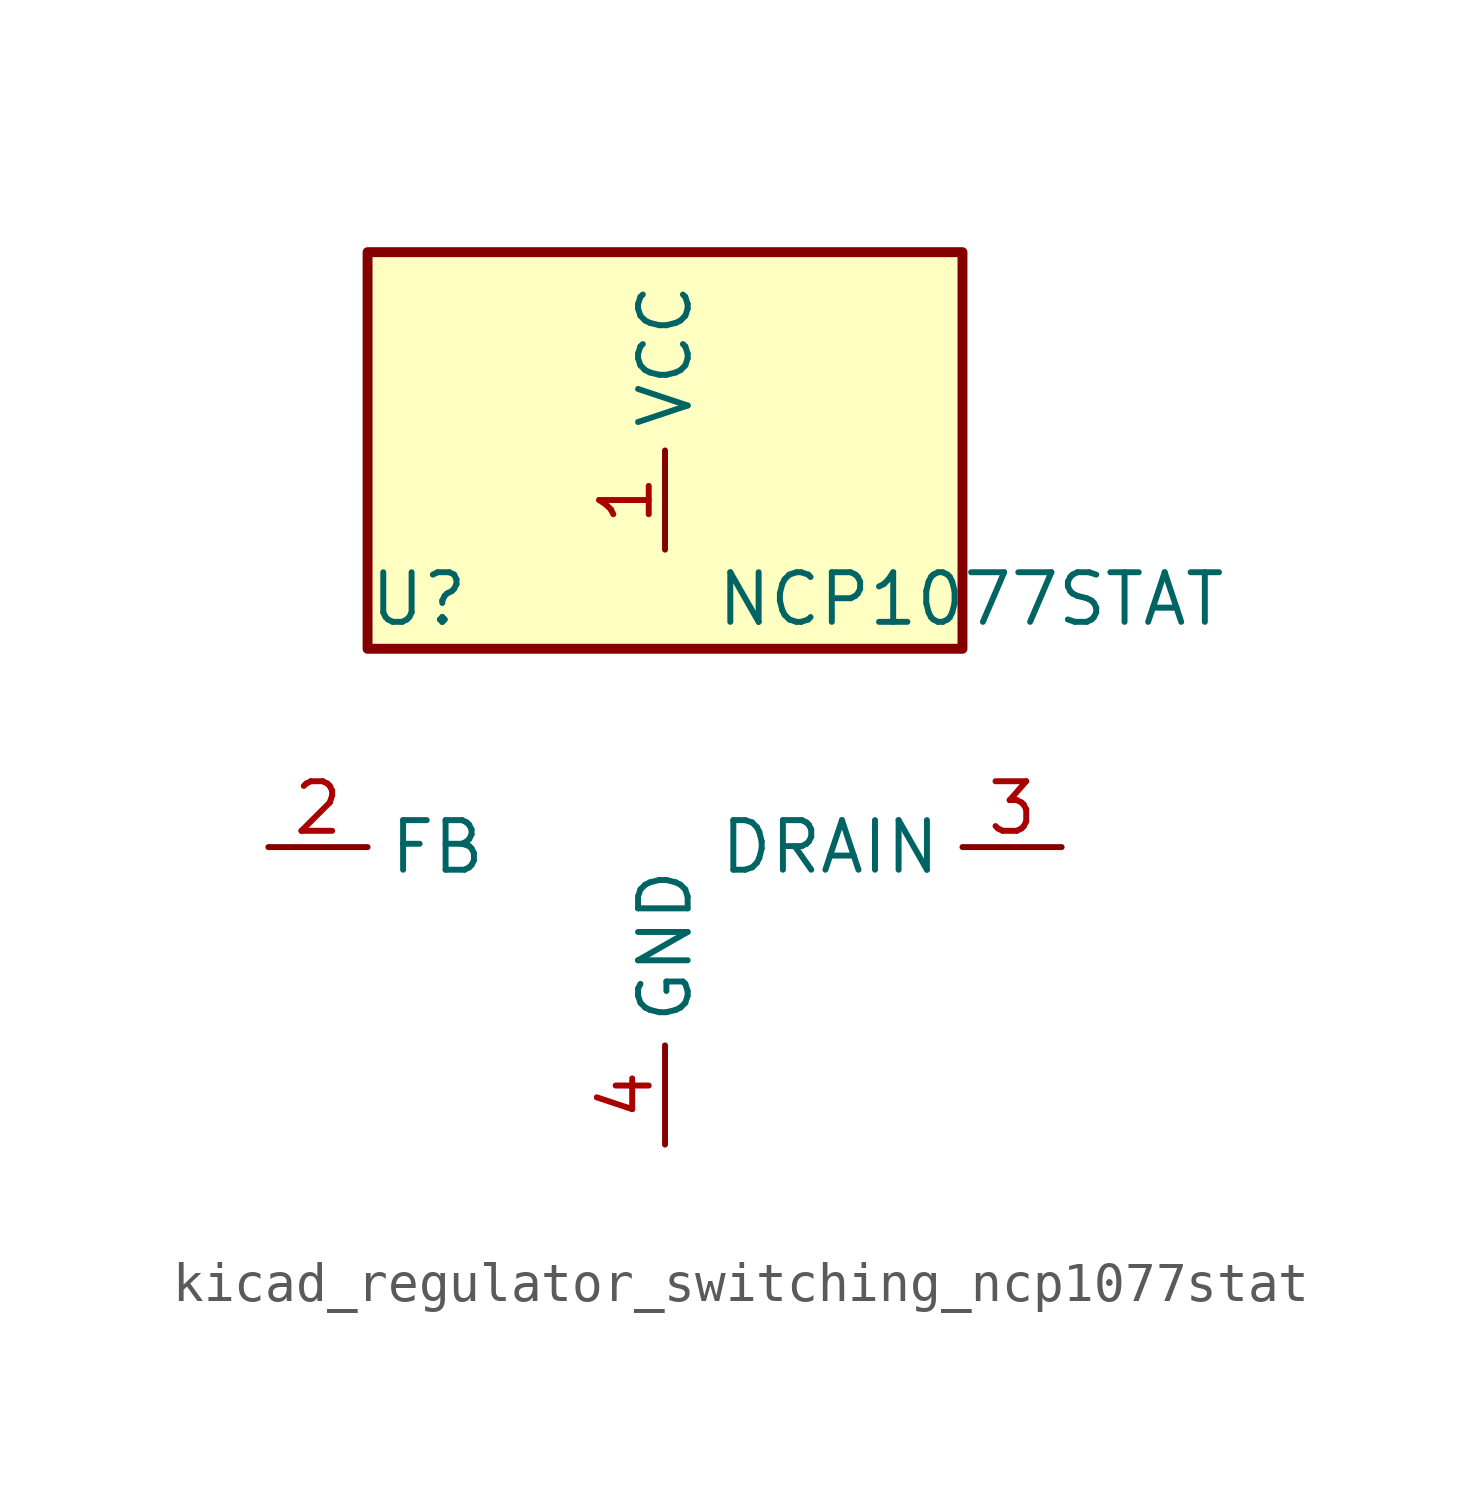
<source format=kicad_sym>
(kicad_symbol_lib
  (version 20220914)
  (generator kicad_symbol_editor)
  (symbol "kicad_regulator_switching_ncp1077stat"
    (property "Reference" "U"
      (at -7.62 6.35 0)
      (effects (font (size 1.27 1.27)) (justify left)))
    (property "Value" "NCP1077STAT"
      (at 1.27 6.35 0)
      (effects (font (size 1.27 1.27)) (justify left)))
    (symbol "kicad_regulator_switching_ncp1077stat_0_1"
      (rectangle (start 7.62 15.24) (end -7.62 5.08) (stroke (width 0.254) (type default)) (fill (type background))))
    (symbol "kicad_regulator_switching_ncp1077stat_1_1"
      (pin power_in line (at 0 7.62 90) (length 2.54) (name "VCC" (effects (font (size 1.27 1.27)))) (number "1" (effects (font (size 1.27 1.27)))))
      (pin input line (at -10.16 0 0) (length 2.54) (name "FB" (effects (font (size 1.27 1.27)))) (number "2" (effects (font (size 1.27 1.27)))))
      (pin open_collector line (at 10.16 0 180) (length 2.54) (name "DRAIN" (effects (font (size 1.27 1.27)))) (number "3" (effects (font (size 1.27 1.27)))))
      (pin power_in line (at 0 -7.62 90) (length 2.54) (name "GND" (effects (font (size 1.27 1.27)))) (number "4" (effects (font (size 1.27 1.27))))))))
</source>
